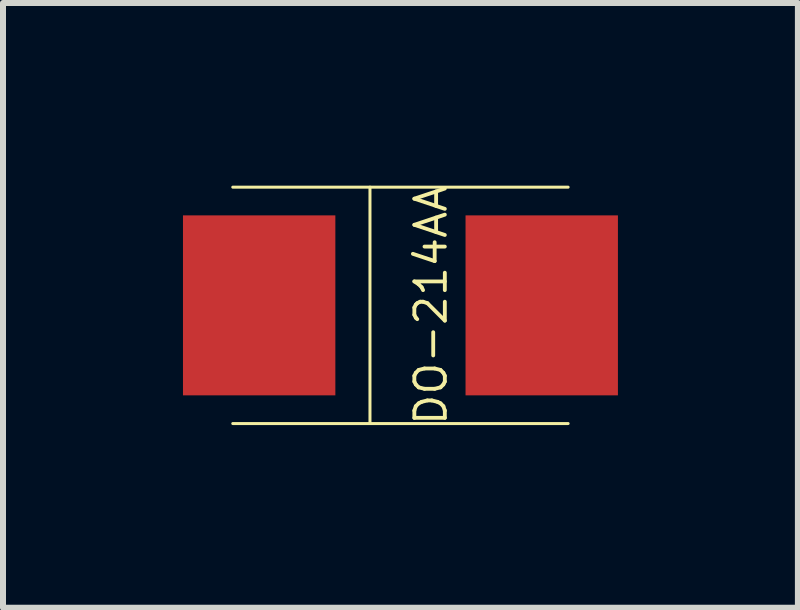
<source format=kicad_pcb>
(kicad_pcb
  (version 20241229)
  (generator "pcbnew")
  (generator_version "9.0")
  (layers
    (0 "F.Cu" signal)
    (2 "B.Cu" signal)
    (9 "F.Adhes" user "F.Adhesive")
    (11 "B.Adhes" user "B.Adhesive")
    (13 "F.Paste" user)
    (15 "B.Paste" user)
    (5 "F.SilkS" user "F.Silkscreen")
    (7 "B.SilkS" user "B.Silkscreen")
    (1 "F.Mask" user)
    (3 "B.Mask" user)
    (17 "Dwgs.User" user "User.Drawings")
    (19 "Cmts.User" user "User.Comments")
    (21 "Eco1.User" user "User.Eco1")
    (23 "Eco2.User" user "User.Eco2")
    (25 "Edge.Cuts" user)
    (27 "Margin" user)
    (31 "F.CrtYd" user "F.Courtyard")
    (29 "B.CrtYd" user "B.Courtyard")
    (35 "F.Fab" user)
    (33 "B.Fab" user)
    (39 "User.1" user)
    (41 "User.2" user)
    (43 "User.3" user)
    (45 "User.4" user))
  (footprint "DO-214AA"
    (layer "F.Cu")
    (at 3.625 2.04)
    (property "Reference" "DO-214AA" (at 0.508 0 90) (layer "F.SilkS") (effects (font (size 0.508 0.508) (thickness 0.064))))
    (attr through_hole)
    (fp_line (start -2.795 -1.97) (end 2.795 -1.97) (stroke (width 0.05) (type solid)) (layer "F.SilkS"))
    (fp_line (start -2.795 1.97) (end 2.795 1.97) (stroke (width 0.05) (type solid)) (layer "F.SilkS"))
    (fp_line (start -0.508 1.97) (end -0.508 -1.97) (stroke (width 0.05) (type solid)) (layer "F.SilkS"))
    (pad "1" smd rect (at -2.355 0) (size 2.54 3) (layers "F.Cu" "F.Mask" "F.Paste"))
    (pad "2" smd rect (at 2.355 0) (size 2.54 3) (layers "F.Cu" "F.Mask" "F.Paste")))
  (gr_rect
    (start -3 -3)
    (end 10.25 7.08)
    (stroke (width 0.1) (type default))
    (fill no)
    (layer "Edge.Cuts")))
</source>
